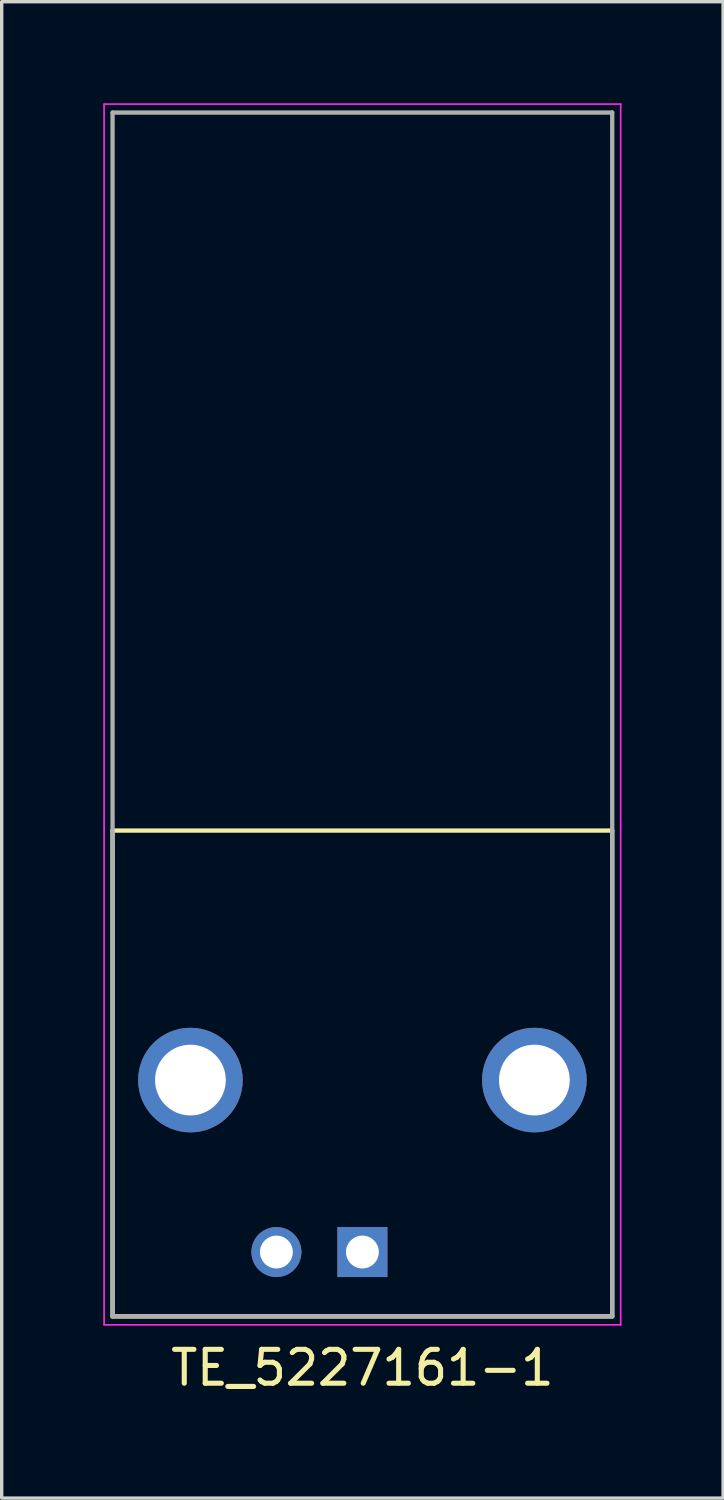
<source format=kicad_pcb>
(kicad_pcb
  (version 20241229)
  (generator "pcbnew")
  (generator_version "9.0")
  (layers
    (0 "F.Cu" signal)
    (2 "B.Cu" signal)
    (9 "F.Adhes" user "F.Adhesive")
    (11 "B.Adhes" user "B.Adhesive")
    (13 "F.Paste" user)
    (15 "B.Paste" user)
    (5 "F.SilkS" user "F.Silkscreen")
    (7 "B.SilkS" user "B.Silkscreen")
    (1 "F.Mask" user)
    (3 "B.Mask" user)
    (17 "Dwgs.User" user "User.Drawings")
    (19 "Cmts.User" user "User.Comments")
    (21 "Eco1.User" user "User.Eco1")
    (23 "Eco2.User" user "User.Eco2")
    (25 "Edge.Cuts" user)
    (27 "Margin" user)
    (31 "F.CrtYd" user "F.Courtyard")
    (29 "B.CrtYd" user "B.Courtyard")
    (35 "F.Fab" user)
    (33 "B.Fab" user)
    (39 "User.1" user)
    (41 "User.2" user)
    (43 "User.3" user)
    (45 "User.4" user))
  (footprint "TE_5227161-1"
    (layer "F.Cu")
    (at 7.655 28.855)
    (property "Reference" "TE_5227161-1" (at 0 8.5 0) (layer "F.SilkS") (effects (font (size 1 1) (thickness 0.15))))
    (attr through_hole)
    (fp_line (start -7.38 -7.37) (end 7.38 -7.37) (stroke (width 0.127) (type solid)) (layer "F.SilkS"))
    (fp_line (start -7.38 6.98) (end -7.38 -7.37) (stroke (width 0.127) (type solid)) (layer "F.SilkS"))
    (fp_line (start 7.38 -7.37) (end 7.38 6.98) (stroke (width 0.127) (type solid)) (layer "F.SilkS"))
    (fp_line (start 7.38 6.98) (end -7.38 6.98) (stroke (width 0.127) (type solid)) (layer "F.SilkS"))
    (fp_line (start -7.63 -28.83) (end 7.63 -28.83) (stroke (width 0.05) (type solid)) (layer "F.CrtYd"))
    (fp_line (start -7.63 7.23) (end -7.63 -28.83) (stroke (width 0.05) (type solid)) (layer "F.CrtYd"))
    (fp_line (start 7.63 -28.83) (end 7.63 7.23) (stroke (width 0.05) (type solid)) (layer "F.CrtYd"))
    (fp_line (start 7.63 7.23) (end -7.63 7.23) (stroke (width 0.05) (type solid)) (layer "F.CrtYd"))
    (fp_line (start -7.38 -28.58) (end 7.38 -28.58) (stroke (width 0.127) (type solid)) (layer "F.Fab"))
    (fp_line (start -7.38 6.98) (end -7.38 -28.58) (stroke (width 0.127) (type solid)) (layer "F.Fab"))
    (fp_line (start 7.38 -28.58) (end 7.38 6.98) (stroke (width 0.127) (type solid)) (layer "F.Fab"))
    (fp_line (start 7.38 6.98) (end -7.38 6.98) (stroke (width 0.127) (type solid)) (layer "F.Fab"))
    (pad "" thru_hole circle (at -5.08 0) (size 3.09 3.09) (drill 2.09) (layers "*.Cu" "*.Mask"))
    (pad "" thru_hole circle (at 5.08 0) (size 3.09 3.09) (drill 2.09) (layers "*.Cu" "*.Mask"))
    (pad "1" thru_hole rect (at 0 5.08) (size 1.478 1.478) (drill 0.97) (layers "*.Cu" "*.Mask"))
    (pad "2" thru_hole circle (at -2.54 5.08) (size 1.478 1.478) (drill 0.97) (layers "*.Cu" "*.Mask")))
  (gr_rect
    (start -3 -3)
    (end 18.31 41.203)
    (stroke (width 0.1) (type default))
    (fill no)
    (layer "Edge.Cuts")))
</source>
